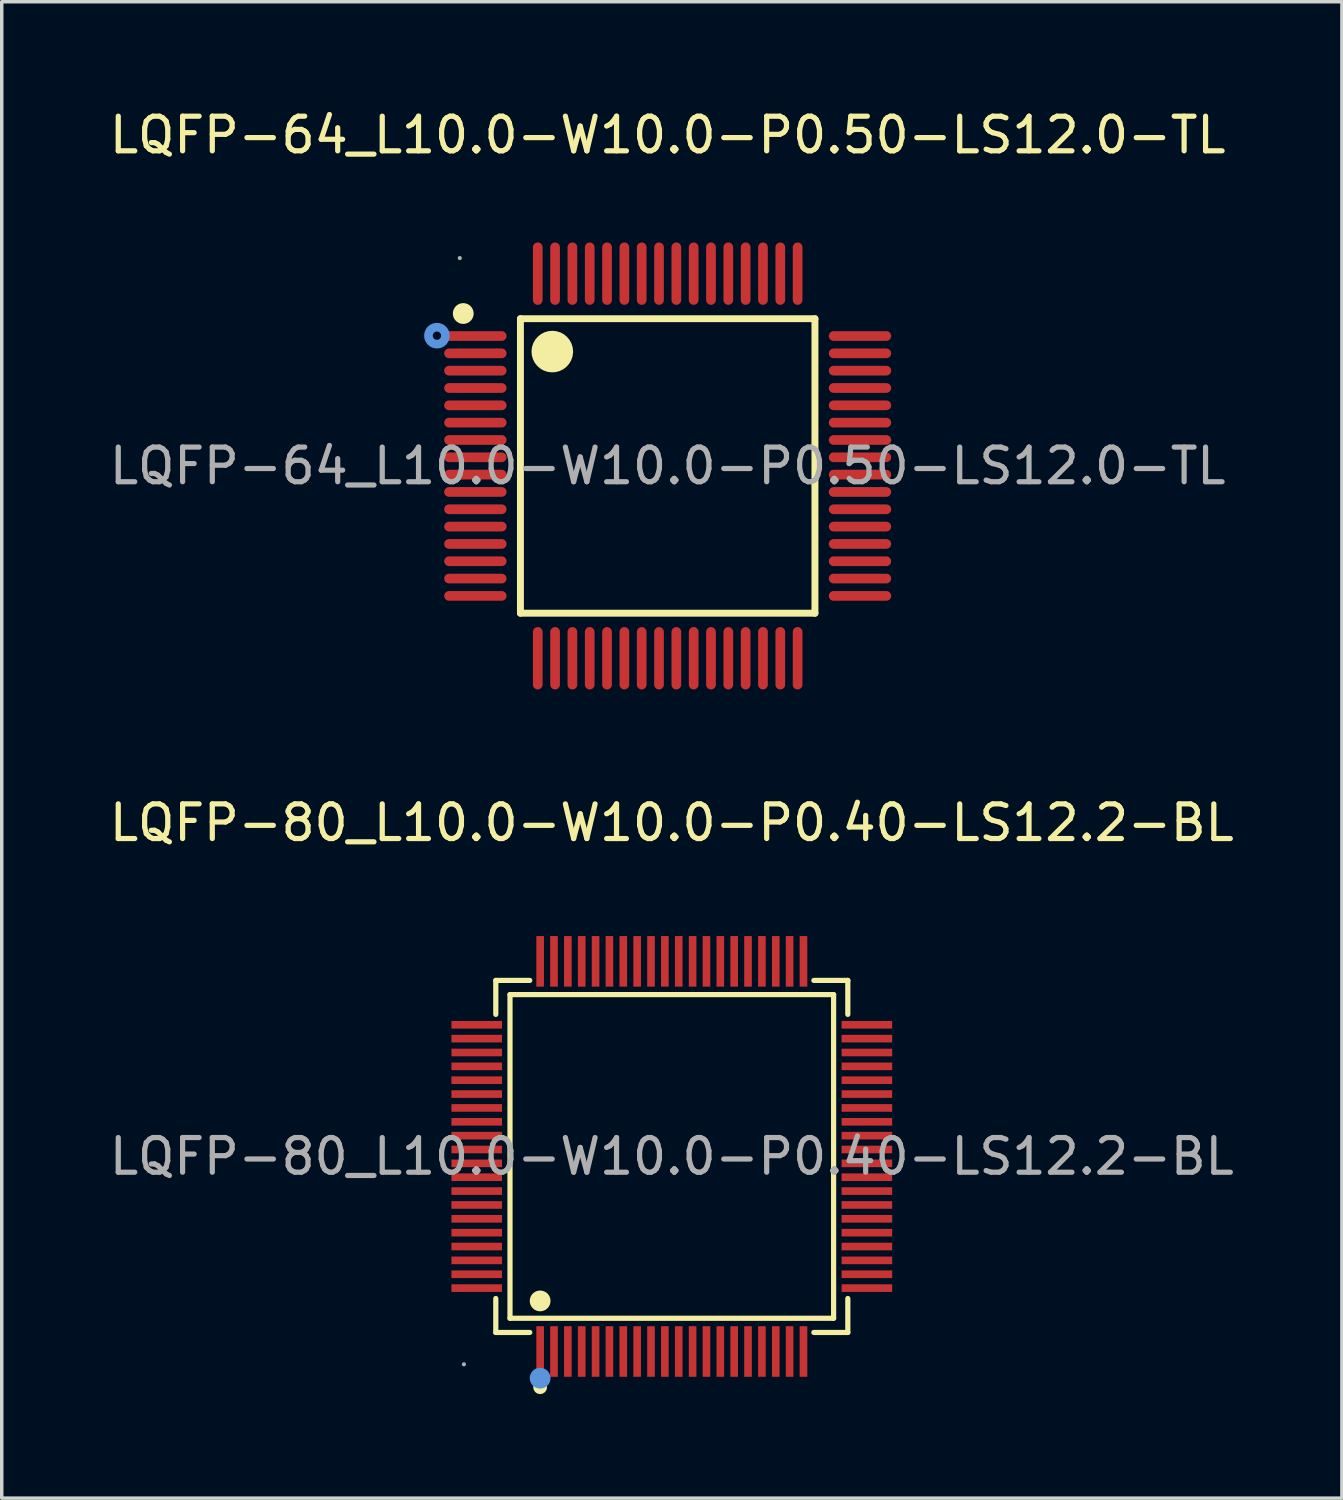
<source format=kicad_pcb>
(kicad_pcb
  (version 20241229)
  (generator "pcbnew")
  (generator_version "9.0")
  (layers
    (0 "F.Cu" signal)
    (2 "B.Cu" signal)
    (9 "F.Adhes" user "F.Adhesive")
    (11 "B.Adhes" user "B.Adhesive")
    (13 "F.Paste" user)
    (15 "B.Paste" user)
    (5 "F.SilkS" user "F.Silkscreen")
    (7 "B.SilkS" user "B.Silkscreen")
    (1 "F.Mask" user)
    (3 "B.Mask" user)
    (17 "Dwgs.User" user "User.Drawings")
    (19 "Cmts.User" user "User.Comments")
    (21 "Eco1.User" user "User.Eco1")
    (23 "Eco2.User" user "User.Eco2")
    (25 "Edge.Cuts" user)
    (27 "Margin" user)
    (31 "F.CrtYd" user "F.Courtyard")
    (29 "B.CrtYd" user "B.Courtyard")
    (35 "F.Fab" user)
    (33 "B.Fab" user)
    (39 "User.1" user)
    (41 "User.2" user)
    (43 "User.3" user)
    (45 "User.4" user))
  (footprint "LQFP-64_L10.0-W10.0-P0.50-LS12.0-TL"
    (layer "F.Cu")
    (at 16.22 10.398)
    (property "Reference" "LQFP-64_L10.0-W10.0-P0.50-LS12.0-TL" (at 0 -9.55 0) (layer "F.SilkS") (effects (font (size 1 1) (thickness 0.15))))
    (attr through_hole)
    (fp_line (start -4.25 -4.25) (end -4.25 4.25) (stroke (width 0.2) (type solid)) (layer "F.SilkS"))
    (fp_line (start -4.25 4.25) (end 4.25 4.25) (stroke (width 0.2) (type solid)) (layer "F.SilkS"))
    (fp_line (start 4.25 -4.25) (end -4.25 -4.25) (stroke (width 0.2) (type solid)) (layer "F.SilkS"))
    (fp_line (start 4.25 4.25) (end 4.25 -4.25) (stroke (width 0.2) (type solid)) (layer "F.SilkS"))
    (fp_arc (start -5.75 -4.39) (mid -6.05025 -4.404995) (end -5.749667 -4.400016) (stroke (width 0.3) (type solid)) (layer "F.SilkS"))
    (fp_arc (start -3.03 -3.29) (mid -3.630125 -3.304999) (end -3.029833 -3.300004) (stroke (width 0.6) (type solid)) (layer "F.SilkS"))
    (fp_circle (center -6.66 -3.76) (end -6.54 -3.76) (stroke (width 0.25) (type solid)) (fill no) (layer "Cmts.User"))
    (fp_circle (center -6 -6) (end -5.97 -6) (stroke (width 0.06) (type solid)) (fill no) (layer "F.Fab"))
    (fp_text user "${REFERENCE}" (at 0 0 0) (layer "F.Fab") (effects (font (size 1 1) (thickness 0.15))))
    (pad "1" smd oval (at -5.55 -3.75) (size 1.8 0.28) (layers "F.Cu" "F.Mask" "F.Paste"))
    (pad "2" smd oval (at -5.55 -3.25) (size 1.8 0.28) (layers "F.Cu" "F.Mask" "F.Paste"))
    (pad "3" smd oval (at -5.55 -2.75) (size 1.8 0.28) (layers "F.Cu" "F.Mask" "F.Paste"))
    (pad "4" smd oval (at -5.55 -2.25) (size 1.8 0.28) (layers "F.Cu" "F.Mask" "F.Paste"))
    (pad "5" smd oval (at -5.55 -1.75) (size 1.8 0.28) (layers "F.Cu" "F.Mask" "F.Paste"))
    (pad "6" smd oval (at -5.55 -1.25) (size 1.8 0.28) (layers "F.Cu" "F.Mask" "F.Paste"))
    (pad "7" smd oval (at -5.55 -0.75) (size 1.8 0.28) (layers "F.Cu" "F.Mask" "F.Paste"))
    (pad "8" smd oval (at -5.55 -0.25) (size 1.8 0.28) (layers "F.Cu" "F.Mask" "F.Paste"))
    (pad "9" smd oval (at -5.55 0.25) (size 1.8 0.28) (layers "F.Cu" "F.Mask" "F.Paste"))
    (pad "10" smd oval (at -5.55 0.75) (size 1.8 0.28) (layers "F.Cu" "F.Mask" "F.Paste"))
    (pad "11" smd oval (at -5.55 1.25) (size 1.8 0.28) (layers "F.Cu" "F.Mask" "F.Paste"))
    (pad "12" smd oval (at -5.55 1.75) (size 1.8 0.28) (layers "F.Cu" "F.Mask" "F.Paste"))
    (pad "13" smd oval (at -5.55 2.25) (size 1.8 0.28) (layers "F.Cu" "F.Mask" "F.Paste"))
    (pad "14" smd oval (at -5.55 2.75) (size 1.8 0.28) (layers "F.Cu" "F.Mask" "F.Paste"))
    (pad "15" smd oval (at -5.55 3.25) (size 1.8 0.28) (layers "F.Cu" "F.Mask" "F.Paste"))
    (pad "16" smd oval (at -5.55 3.75) (size 1.8 0.28) (layers "F.Cu" "F.Mask" "F.Paste"))
    (pad "17" smd oval (at -3.75 5.55) (size 0.28 1.8) (layers "F.Cu" "F.Mask" "F.Paste"))
    (pad "18" smd oval (at -3.25 5.55) (size 0.28 1.8) (layers "F.Cu" "F.Mask" "F.Paste"))
    (pad "19" smd oval (at -2.75 5.55) (size 0.28 1.8) (layers "F.Cu" "F.Mask" "F.Paste"))
    (pad "20" smd oval (at -2.25 5.55) (size 0.28 1.8) (layers "F.Cu" "F.Mask" "F.Paste"))
    (pad "21" smd oval (at -1.75 5.55) (size 0.28 1.8) (layers "F.Cu" "F.Mask" "F.Paste"))
    (pad "22" smd oval (at -1.25 5.55) (size 0.28 1.8) (layers "F.Cu" "F.Mask" "F.Paste"))
    (pad "23" smd oval (at -0.75 5.55) (size 0.28 1.8) (layers "F.Cu" "F.Mask" "F.Paste"))
    (pad "24" smd oval (at -0.25 5.55) (size 0.28 1.8) (layers "F.Cu" "F.Mask" "F.Paste"))
    (pad "25" smd oval (at 0.25 5.55) (size 0.28 1.8) (layers "F.Cu" "F.Mask" "F.Paste"))
    (pad "26" smd oval (at 0.75 5.55) (size 0.28 1.8) (layers "F.Cu" "F.Mask" "F.Paste"))
    (pad "27" smd oval (at 1.25 5.55) (size 0.28 1.8) (layers "F.Cu" "F.Mask" "F.Paste"))
    (pad "28" smd oval (at 1.75 5.55) (size 0.28 1.8) (layers "F.Cu" "F.Mask" "F.Paste"))
    (pad "29" smd oval (at 2.25 5.55) (size 0.28 1.8) (layers "F.Cu" "F.Mask" "F.Paste"))
    (pad "30" smd oval (at 2.75 5.55) (size 0.28 1.8) (layers "F.Cu" "F.Mask" "F.Paste"))
    (pad "31" smd oval (at 3.25 5.55) (size 0.28 1.8) (layers "F.Cu" "F.Mask" "F.Paste"))
    (pad "32" smd oval (at 3.75 5.55) (size 0.28 1.8) (layers "F.Cu" "F.Mask" "F.Paste"))
    (pad "33" smd oval (at 5.55 3.75) (size 1.8 0.28) (layers "F.Cu" "F.Mask" "F.Paste"))
    (pad "34" smd oval (at 5.55 3.25) (size 1.8 0.28) (layers "F.Cu" "F.Mask" "F.Paste"))
    (pad "35" smd oval (at 5.55 2.75) (size 1.8 0.28) (layers "F.Cu" "F.Mask" "F.Paste"))
    (pad "36" smd oval (at 5.55 2.25) (size 1.8 0.28) (layers "F.Cu" "F.Mask" "F.Paste"))
    (pad "37" smd oval (at 5.55 1.75) (size 1.8 0.28) (layers "F.Cu" "F.Mask" "F.Paste"))
    (pad "38" smd oval (at 5.55 1.25) (size 1.8 0.28) (layers "F.Cu" "F.Mask" "F.Paste"))
    (pad "39" smd oval (at 5.55 0.75) (size 1.8 0.28) (layers "F.Cu" "F.Mask" "F.Paste"))
    (pad "40" smd oval (at 5.55 0.25) (size 1.8 0.28) (layers "F.Cu" "F.Mask" "F.Paste"))
    (pad "41" smd oval (at 5.55 -0.25) (size 1.8 0.28) (layers "F.Cu" "F.Mask" "F.Paste"))
    (pad "42" smd oval (at 5.55 -0.75) (size 1.8 0.28) (layers "F.Cu" "F.Mask" "F.Paste"))
    (pad "43" smd oval (at 5.55 -1.25) (size 1.8 0.28) (layers "F.Cu" "F.Mask" "F.Paste"))
    (pad "44" smd oval (at 5.55 -1.75) (size 1.8 0.28) (layers "F.Cu" "F.Mask" "F.Paste"))
    (pad "45" smd oval (at 5.55 -2.25) (size 1.8 0.28) (layers "F.Cu" "F.Mask" "F.Paste"))
    (pad "46" smd oval (at 5.55 -2.75) (size 1.8 0.28) (layers "F.Cu" "F.Mask" "F.Paste"))
    (pad "47" smd oval (at 5.55 -3.25) (size 1.8 0.28) (layers "F.Cu" "F.Mask" "F.Paste"))
    (pad "48" smd oval (at 5.55 -3.75) (size 1.8 0.28) (layers "F.Cu" "F.Mask" "F.Paste"))
    (pad "49" smd oval (at 3.75 -5.55) (size 0.28 1.8) (layers "F.Cu" "F.Mask" "F.Paste"))
    (pad "50" smd oval (at 3.25 -5.55) (size 0.28 1.8) (layers "F.Cu" "F.Mask" "F.Paste"))
    (pad "51" smd oval (at 2.75 -5.55) (size 0.28 1.8) (layers "F.Cu" "F.Mask" "F.Paste"))
    (pad "52" smd oval (at 2.25 -5.55) (size 0.28 1.8) (layers "F.Cu" "F.Mask" "F.Paste"))
    (pad "53" smd oval (at 1.75 -5.55) (size 0.28 1.8) (layers "F.Cu" "F.Mask" "F.Paste"))
    (pad "54" smd oval (at 1.25 -5.55) (size 0.28 1.8) (layers "F.Cu" "F.Mask" "F.Paste"))
    (pad "55" smd oval (at 0.75 -5.55) (size 0.28 1.8) (layers "F.Cu" "F.Mask" "F.Paste"))
    (pad "56" smd oval (at 0.25 -5.55) (size 0.28 1.8) (layers "F.Cu" "F.Mask" "F.Paste"))
    (pad "57" smd oval (at -0.25 -5.55) (size 0.28 1.8) (layers "F.Cu" "F.Mask" "F.Paste"))
    (pad "58" smd oval (at -0.75 -5.55) (size 0.28 1.8) (layers "F.Cu" "F.Mask" "F.Paste"))
    (pad "59" smd oval (at -1.25 -5.55) (size 0.28 1.8) (layers "F.Cu" "F.Mask" "F.Paste"))
    (pad "60" smd oval (at -1.75 -5.55) (size 0.28 1.8) (layers "F.Cu" "F.Mask" "F.Paste"))
    (pad "61" smd oval (at -2.25 -5.55) (size 0.28 1.8) (layers "F.Cu" "F.Mask" "F.Paste"))
    (pad "62" smd oval (at -2.75 -5.55) (size 0.28 1.8) (layers "F.Cu" "F.Mask" "F.Paste"))
    (pad "63" smd oval (at -3.25 -5.55) (size 0.28 1.8) (layers "F.Cu" "F.Mask" "F.Paste"))
    (pad "64" smd oval (at -3.75 -5.55) (size 0.28 1.8) (layers "F.Cu" "F.Mask" "F.Paste")))
  (footprint "LQFP-80_L10.0-W10.0-P0.40-LS12.2-BL"
    (layer "F.Cu")
    (at 16.339 30.326)
    (property "Reference" "LQFP-80_L10.0-W10.0-P0.40-LS12.2-BL" (at 0 -9.63 0) (layer "F.SilkS") (effects (font (size 1 1) (thickness 0.15))))
    (attr through_hole)
    (fp_line (start -5.08 -5.08) (end -4.1 -5.08) (stroke (width 0.15) (type solid)) (layer "F.SilkS"))
    (fp_line (start -5.08 -4.1) (end -5.08 -5.08) (stroke (width 0.15) (type solid)) (layer "F.SilkS"))
    (fp_line (start -5.08 4.1) (end -5.08 5.08) (stroke (width 0.15) (type solid)) (layer "F.SilkS"))
    (fp_line (start -5.08 5.08) (end -4.1 5.08) (stroke (width 0.15) (type solid)) (layer "F.SilkS"))
    (fp_line (start -4.67 -4.67) (end 4.67 -4.67) (stroke (width 0.15) (type solid)) (layer "F.SilkS"))
    (fp_line (start -4.67 4.67) (end -4.67 -4.67) (stroke (width 0.15) (type solid)) (layer "F.SilkS"))
    (fp_line (start 4.67 -4.67) (end 4.67 4.67) (stroke (width 0.15) (type solid)) (layer "F.SilkS"))
    (fp_line (start 4.67 4.67) (end -4.67 4.67) (stroke (width 0.15) (type solid)) (layer "F.SilkS"))
    (fp_line (start 5.08 -5.08) (end 4.1 -5.08) (stroke (width 0.15) (type solid)) (layer "F.SilkS"))
    (fp_line (start 5.08 -4.1) (end 5.08 -5.08) (stroke (width 0.15) (type solid)) (layer "F.SilkS"))
    (fp_line (start 5.08 4.1) (end 5.08 5.08) (stroke (width 0.15) (type solid)) (layer "F.SilkS"))
    (fp_line (start 5.08 5.08) (end 4.1 5.08) (stroke (width 0.15) (type solid)) (layer "F.SilkS"))
    (fp_circle (center -3.8 4.17) (end -3.65 4.17) (stroke (width 0.3) (type solid)) (fill no) (layer "F.SilkS"))
    (fp_circle (center -3.8 6.66) (end -3.7 6.66) (stroke (width 0.2) (type solid)) (fill no) (layer "F.SilkS"))
    (fp_circle (center -3.8 6.4) (end -3.65 6.4) (stroke (width 0.3) (type solid)) (fill no) (layer "Cmts.User"))
    (fp_circle (center -6 6) (end -5.97 6) (stroke (width 0.06) (type solid)) (fill no) (layer "F.Fab"))
    (fp_text user "${REFERENCE}" (at 0 0 0) (layer "F.Fab") (effects (font (size 1 1) (thickness 0.15))))
    (pad "1" smd rect (at -3.8 5.63) (size 0.22 1.46) (layers "F.Cu" "F.Mask" "F.Paste"))
    (pad "2" smd rect (at -3.4 5.63) (size 0.22 1.46) (layers "F.Cu" "F.Mask" "F.Paste"))
    (pad "3" smd rect (at -3 5.63) (size 0.22 1.46) (layers "F.Cu" "F.Mask" "F.Paste"))
    (pad "4" smd rect (at -2.6 5.63) (size 0.22 1.46) (layers "F.Cu" "F.Mask" "F.Paste"))
    (pad "5" smd rect (at -2.2 5.63) (size 0.22 1.46) (layers "F.Cu" "F.Mask" "F.Paste"))
    (pad "6" smd rect (at -1.8 5.63) (size 0.22 1.46) (layers "F.Cu" "F.Mask" "F.Paste"))
    (pad "7" smd rect (at -1.4 5.63) (size 0.22 1.46) (layers "F.Cu" "F.Mask" "F.Paste"))
    (pad "8" smd rect (at -1 5.63) (size 0.22 1.46) (layers "F.Cu" "F.Mask" "F.Paste"))
    (pad "9" smd rect (at -0.6 5.63) (size 0.22 1.46) (layers "F.Cu" "F.Mask" "F.Paste"))
    (pad "10" smd rect (at -0.2 5.63) (size 0.22 1.46) (layers "F.Cu" "F.Mask" "F.Paste"))
    (pad "11" smd rect (at 0.2 5.63) (size 0.22 1.46) (layers "F.Cu" "F.Mask" "F.Paste"))
    (pad "12" smd rect (at 0.6 5.63) (size 0.22 1.46) (layers "F.Cu" "F.Mask" "F.Paste"))
    (pad "13" smd rect (at 1 5.63) (size 0.22 1.46) (layers "F.Cu" "F.Mask" "F.Paste"))
    (pad "14" smd rect (at 1.4 5.63) (size 0.22 1.46) (layers "F.Cu" "F.Mask" "F.Paste"))
    (pad "15" smd rect (at 1.8 5.63) (size 0.22 1.46) (layers "F.Cu" "F.Mask" "F.Paste"))
    (pad "16" smd rect (at 2.2 5.63) (size 0.22 1.46) (layers "F.Cu" "F.Mask" "F.Paste"))
    (pad "17" smd rect (at 2.6 5.63) (size 0.22 1.46) (layers "F.Cu" "F.Mask" "F.Paste"))
    (pad "18" smd rect (at 3 5.63) (size 0.22 1.46) (layers "F.Cu" "F.Mask" "F.Paste"))
    (pad "19" smd rect (at 3.4 5.63) (size 0.22 1.46) (layers "F.Cu" "F.Mask" "F.Paste"))
    (pad "20" smd rect (at 3.8 5.63) (size 0.22 1.46) (layers "F.Cu" "F.Mask" "F.Paste"))
    (pad "21" smd rect (at 5.63 3.8) (size 1.46 0.22) (layers "F.Cu" "F.Mask" "F.Paste"))
    (pad "22" smd rect (at 5.63 3.4) (size 1.46 0.22) (layers "F.Cu" "F.Mask" "F.Paste"))
    (pad "23" smd rect (at 5.63 3) (size 1.46 0.22) (layers "F.Cu" "F.Mask" "F.Paste"))
    (pad "24" smd rect (at 5.63 2.6) (size 1.46 0.22) (layers "F.Cu" "F.Mask" "F.Paste"))
    (pad "25" smd rect (at 5.63 2.2) (size 1.46 0.22) (layers "F.Cu" "F.Mask" "F.Paste"))
    (pad "26" smd rect (at 5.63 1.8) (size 1.46 0.22) (layers "F.Cu" "F.Mask" "F.Paste"))
    (pad "27" smd rect (at 5.63 1.4) (size 1.46 0.22) (layers "F.Cu" "F.Mask" "F.Paste"))
    (pad "28" smd rect (at 5.63 1) (size 1.46 0.22) (layers "F.Cu" "F.Mask" "F.Paste"))
    (pad "29" smd rect (at 5.63 0.6) (size 1.46 0.22) (layers "F.Cu" "F.Mask" "F.Paste"))
    (pad "30" smd rect (at 5.63 0.2) (size 1.46 0.22) (layers "F.Cu" "F.Mask" "F.Paste"))
    (pad "31" smd rect (at 5.63 -0.2) (size 1.46 0.22) (layers "F.Cu" "F.Mask" "F.Paste"))
    (pad "32" smd rect (at 5.63 -0.6) (size 1.46 0.22) (layers "F.Cu" "F.Mask" "F.Paste"))
    (pad "33" smd rect (at 5.63 -1) (size 1.46 0.22) (layers "F.Cu" "F.Mask" "F.Paste"))
    (pad "34" smd rect (at 5.63 -1.4) (size 1.46 0.22) (layers "F.Cu" "F.Mask" "F.Paste"))
    (pad "35" smd rect (at 5.63 -1.8) (size 1.46 0.22) (layers "F.Cu" "F.Mask" "F.Paste"))
    (pad "36" smd rect (at 5.63 -2.2) (size 1.46 0.22) (layers "F.Cu" "F.Mask" "F.Paste"))
    (pad "37" smd rect (at 5.63 -2.6) (size 1.46 0.22) (layers "F.Cu" "F.Mask" "F.Paste"))
    (pad "38" smd rect (at 5.63 -3) (size 1.46 0.22) (layers "F.Cu" "F.Mask" "F.Paste"))
    (pad "39" smd rect (at 5.63 -3.4) (size 1.46 0.22) (layers "F.Cu" "F.Mask" "F.Paste"))
    (pad "40" smd rect (at 5.63 -3.8) (size 1.46 0.22) (layers "F.Cu" "F.Mask" "F.Paste"))
    (pad "41" smd rect (at 3.8 -5.63) (size 0.22 1.46) (layers "F.Cu" "F.Mask" "F.Paste"))
    (pad "42" smd rect (at 3.4 -5.63) (size 0.22 1.46) (layers "F.Cu" "F.Mask" "F.Paste"))
    (pad "43" smd rect (at 3 -5.63) (size 0.22 1.46) (layers "F.Cu" "F.Mask" "F.Paste"))
    (pad "44" smd rect (at 2.6 -5.63) (size 0.22 1.46) (layers "F.Cu" "F.Mask" "F.Paste"))
    (pad "45" smd rect (at 2.2 -5.63) (size 0.22 1.46) (layers "F.Cu" "F.Mask" "F.Paste"))
    (pad "46" smd rect (at 1.8 -5.63) (size 0.22 1.46) (layers "F.Cu" "F.Mask" "F.Paste"))
    (pad "47" smd rect (at 1.4 -5.63) (size 0.22 1.46) (layers "F.Cu" "F.Mask" "F.Paste"))
    (pad "48" smd rect (at 1 -5.63) (size 0.22 1.46) (layers "F.Cu" "F.Mask" "F.Paste"))
    (pad "49" smd rect (at 0.6 -5.63) (size 0.22 1.46) (layers "F.Cu" "F.Mask" "F.Paste"))
    (pad "50" smd rect (at 0.2 -5.63) (size 0.22 1.46) (layers "F.Cu" "F.Mask" "F.Paste"))
    (pad "51" smd rect (at -0.2 -5.63) (size 0.22 1.46) (layers "F.Cu" "F.Mask" "F.Paste"))
    (pad "52" smd rect (at -0.6 -5.63) (size 0.22 1.46) (layers "F.Cu" "F.Mask" "F.Paste"))
    (pad "53" smd rect (at -1 -5.63) (size 0.22 1.46) (layers "F.Cu" "F.Mask" "F.Paste"))
    (pad "54" smd rect (at -1.4 -5.63) (size 0.22 1.46) (layers "F.Cu" "F.Mask" "F.Paste"))
    (pad "55" smd rect (at -1.8 -5.63) (size 0.22 1.46) (layers "F.Cu" "F.Mask" "F.Paste"))
    (pad "56" smd rect (at -2.2 -5.63) (size 0.22 1.46) (layers "F.Cu" "F.Mask" "F.Paste"))
    (pad "57" smd rect (at -2.6 -5.63) (size 0.22 1.46) (layers "F.Cu" "F.Mask" "F.Paste"))
    (pad "58" smd rect (at -3 -5.63) (size 0.22 1.46) (layers "F.Cu" "F.Mask" "F.Paste"))
    (pad "59" smd rect (at -3.4 -5.63) (size 0.22 1.46) (layers "F.Cu" "F.Mask" "F.Paste"))
    (pad "60" smd rect (at -3.8 -5.63) (size 0.22 1.46) (layers "F.Cu" "F.Mask" "F.Paste"))
    (pad "61" smd rect (at -5.63 -3.8) (size 1.46 0.22) (layers "F.Cu" "F.Mask" "F.Paste"))
    (pad "62" smd rect (at -5.63 -3.4) (size 1.46 0.22) (layers "F.Cu" "F.Mask" "F.Paste"))
    (pad "63" smd rect (at -5.63 -3) (size 1.46 0.22) (layers "F.Cu" "F.Mask" "F.Paste"))
    (pad "64" smd rect (at -5.63 -2.6) (size 1.46 0.22) (layers "F.Cu" "F.Mask" "F.Paste"))
    (pad "65" smd rect (at -5.63 -2.2) (size 1.46 0.22) (layers "F.Cu" "F.Mask" "F.Paste"))
    (pad "66" smd rect (at -5.63 -1.8) (size 1.46 0.22) (layers "F.Cu" "F.Mask" "F.Paste"))
    (pad "67" smd rect (at -5.63 -1.4) (size 1.46 0.22) (layers "F.Cu" "F.Mask" "F.Paste"))
    (pad "68" smd rect (at -5.63 -1) (size 1.46 0.22) (layers "F.Cu" "F.Mask" "F.Paste"))
    (pad "69" smd rect (at -5.63 -0.6) (size 1.46 0.22) (layers "F.Cu" "F.Mask" "F.Paste"))
    (pad "70" smd rect (at -5.63 -0.2) (size 1.46 0.22) (layers "F.Cu" "F.Mask" "F.Paste"))
    (pad "71" smd rect (at -5.63 0.2) (size 1.46 0.22) (layers "F.Cu" "F.Mask" "F.Paste"))
    (pad "72" smd rect (at -5.63 0.6) (size 1.46 0.22) (layers "F.Cu" "F.Mask" "F.Paste"))
    (pad "73" smd rect (at -5.63 1) (size 1.46 0.22) (layers "F.Cu" "F.Mask" "F.Paste"))
    (pad "74" smd rect (at -5.63 1.4) (size 1.46 0.22) (layers "F.Cu" "F.Mask" "F.Paste"))
    (pad "75" smd rect (at -5.63 1.8) (size 1.46 0.22) (layers "F.Cu" "F.Mask" "F.Paste"))
    (pad "76" smd rect (at -5.63 2.2) (size 1.46 0.22) (layers "F.Cu" "F.Mask" "F.Paste"))
    (pad "77" smd rect (at -5.63 2.6) (size 1.46 0.22) (layers "F.Cu" "F.Mask" "F.Paste"))
    (pad "78" smd rect (at -5.63 3) (size 1.46 0.22) (layers "F.Cu" "F.Mask" "F.Paste"))
    (pad "79" smd rect (at -5.63 3.4) (size 1.46 0.22) (layers "F.Cu" "F.Mask" "F.Paste"))
    (pad "80" smd rect (at -5.63 3.8) (size 1.46 0.22) (layers "F.Cu" "F.Mask" "F.Paste")))
  (gr_rect
    (start -3 -3)
    (end 35.679 40.187)
    (stroke (width 0.1) (type default))
    (fill no)
    (layer "Edge.Cuts")))
</source>
